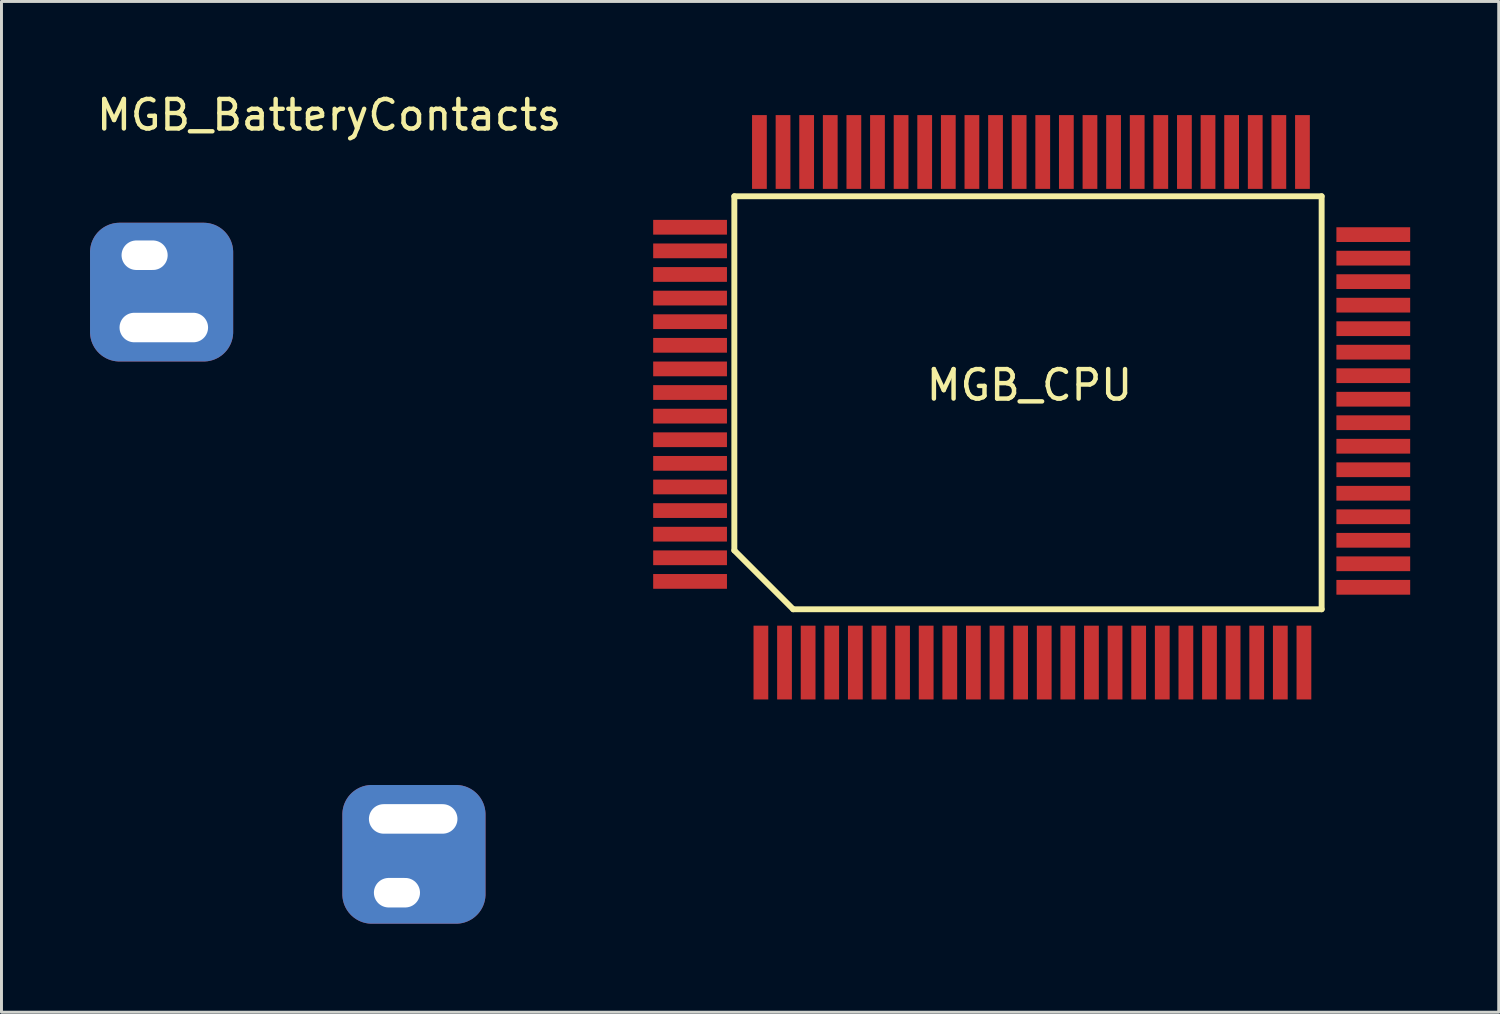
<source format=kicad_pcb>
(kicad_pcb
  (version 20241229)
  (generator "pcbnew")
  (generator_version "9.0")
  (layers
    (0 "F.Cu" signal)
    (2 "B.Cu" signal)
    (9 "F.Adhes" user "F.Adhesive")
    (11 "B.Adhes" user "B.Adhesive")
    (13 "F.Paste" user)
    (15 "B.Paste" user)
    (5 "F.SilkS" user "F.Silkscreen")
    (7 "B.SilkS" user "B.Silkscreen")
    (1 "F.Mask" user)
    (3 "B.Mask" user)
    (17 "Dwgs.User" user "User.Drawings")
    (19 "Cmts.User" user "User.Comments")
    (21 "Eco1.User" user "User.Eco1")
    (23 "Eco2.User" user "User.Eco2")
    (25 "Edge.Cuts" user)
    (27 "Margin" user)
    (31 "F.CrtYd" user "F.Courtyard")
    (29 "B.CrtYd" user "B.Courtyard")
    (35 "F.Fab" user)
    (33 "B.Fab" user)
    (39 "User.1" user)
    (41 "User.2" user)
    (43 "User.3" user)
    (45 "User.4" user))
  (footprint "MGB_BatteryContacts"
    (layer "F.Cu")
    (at 8.1 1.348)
    (property "Reference" "MGB_BatteryContacts" (at 0 -0.5 0) (unlocked yes) (layer "F.SilkS") (effects (font (size 1 1) (thickness 0.15))))
    (attr smd)
    (pad "1" thru_hole custom (at -6.25 4.25) (size 1.562 1.562) (drill oval 2.5 1 (offset 0.029 0.019)) (layers "*.Cu" "*.Mask") (options (anchor circle)) (primitives (gr_poly (pts (xy -1.171 -0.391) (xy -1.152 -0.511) (xy -1.097 -0.62) (xy -1.011 -0.706) (xy -0.902 -0.762) (xy -0.781 -0.781) (xy 0.781 -0.781) (xy 0.902 -0.762) (xy 1.011 -0.706) (xy 1.097 -0.62) (xy 1.152 -0.511) (xy 1.171 -0.391) (xy 1.171 0.391) (xy 1.152 0.511) (xy 1.097 0.62) (xy 1.011 0.706) (xy 0.902 0.762) (xy 0.781 0.781) (xy -0.781 0.781) (xy -0.902 0.762) (xy -1.011 0.706) (xy -1.097 0.62) (xy -1.152 0.511) (xy -1.171 0.391)) (width 0) (fill yes)) (gr_poly (pts (arc (start -0.8785 -1.119) (mid -1.585607 -0.826107) (end -1.8785 -0.119)) (arc (start -1.8785 2.581) (mid -1.585607 3.288107) (end -0.8785 3.581)) (arc (start 1.9715 3.581) (mid 2.678607 3.288107) (end 2.9715 2.581)) (arc (start 2.9715 -0.119) (mid 2.678607 -0.826107) (end 1.9715 -1.119))) (width 0) (fill yes))))
    (pad "1" thru_hole roundrect (at -5.6 6.7) (size 3 2) (drill oval 3.5 1 (offset 0.029 0.019)) (layers "*.Cu" "*.Mask") (roundrect_rratio 0.25))
    (pad "2" thru_hole custom (at 2.3 25.85) (size 1.562 1.562) (drill oval 2.5 1 (offset 0.029 0.019)) (layers "*.Cu" "*.Mask") (options (anchor circle)) (primitives (gr_poly (pts (arc (start -0.8785 -3.669) (mid -1.585607 -3.376107) (end -1.8785 -2.669)) (arc (start -1.8785 0.031) (mid -1.585607 0.738107) (end -0.8785 1.031)) (arc (start 1.9715 1.031) (mid 2.678607 0.738107) (end 2.9715 0.031)) (arc (start 2.9715 -2.669) (mid 2.678607 -3.376107) (end 1.9715 -3.669))) (width 0) (fill yes)) (gr_poly (pts (xy -1.171 -2.941) (xy -1.152 -3.061) (xy -1.097 -3.17) (xy -1.011 -3.256) (xy -0.902 -3.312) (xy -0.781 -3.331) (xy 0.781 -3.331) (xy 0.902 -3.312) (xy 1.011 -3.256) (xy 1.097 -3.17) (xy 1.152 -3.061) (xy 1.171 -2.941) (xy 1.171 -2.159) (xy 1.152 -2.039) (xy 1.097 -1.93) (xy 1.011 -1.844) (xy 0.902 -1.788) (xy 0.781 -1.769) (xy -0.781 -1.769) (xy -0.902 -1.788) (xy -1.011 -1.844) (xy -1.097 -1.93) (xy -1.152 -2.039) (xy -1.171 -2.159)) (width 0) (fill yes))))
    (pad "2" thru_hole roundrect (at 2.85 23.35) (size 3 2) (drill oval 3.5 1 (offset 0.029 0.019)) (layers "*.Cu" "*.Mask") (roundrect_rratio 0.25)))
  (footprint "MGB_CPU"
    (layer "F.Cu")
    (at 31.832 0.25)
    (property "Reference" "MGB_CPU" (at 0 9.75 0) (unlocked yes) (layer "F.SilkS") (effects (font (size 1 1) (thickness 0.15))))
    (attr smd)
    (fp_line (start -10 3.35) (end 9.9 3.35) (stroke (width 0.2) (type default)) (layer "F.SilkS"))
    (fp_line (start -10 15.35) (end -10 3.35) (stroke (width 0.2) (type default)) (layer "F.SilkS"))
    (fp_line (start -8.006 17.344) (end -10 15.35) (stroke (width 0.2) (type default)) (layer "F.SilkS"))
    (fp_line (start 9.9 3.35) (end 9.9 17.344) (stroke (width 0.2) (type default)) (layer "F.SilkS"))
    (fp_line (start 9.9 17.344) (end -8.006 17.344) (stroke (width 0.2) (type default)) (layer "F.SilkS"))
    (pad "1" smd rect (at -9.1 19.15) (size 0.5 2.5) (layers "F.Cu" "F.Mask" "F.Paste"))
    (pad "2" smd rect (at -8.3 19.15) (size 0.5 2.5) (layers "F.Cu" "F.Mask" "F.Paste"))
    (pad "3" smd rect (at -7.5 19.15) (size 0.5 2.5) (layers "F.Cu" "F.Mask" "F.Paste"))
    (pad "4" smd rect (at -6.7 19.15) (size 0.5 2.5) (layers "F.Cu" "F.Mask" "F.Paste"))
    (pad "5" smd rect (at -5.9 19.15) (size 0.5 2.5) (layers "F.Cu" "F.Mask" "F.Paste"))
    (pad "6" smd rect (at -5.1 19.15) (size 0.5 2.5) (layers "F.Cu" "F.Mask" "F.Paste"))
    (pad "7" smd rect (at -4.3 19.15) (size 0.5 2.5) (layers "F.Cu" "F.Mask" "F.Paste"))
    (pad "8" smd rect (at -3.5 19.15) (size 0.5 2.5) (layers "F.Cu" "F.Mask" "F.Paste"))
    (pad "9" smd rect (at -2.7 19.15) (size 0.5 2.5) (layers "F.Cu" "F.Mask" "F.Paste"))
    (pad "10" smd rect (at -1.9 19.15) (size 0.5 2.5) (layers "F.Cu" "F.Mask" "F.Paste"))
    (pad "11" smd rect (at -1.1 19.15) (size 0.5 2.5) (layers "F.Cu" "F.Mask" "F.Paste"))
    (pad "12" smd rect (at -0.3 19.15) (size 0.5 2.5) (layers "F.Cu" "F.Mask" "F.Paste"))
    (pad "13" smd rect (at 0.5 19.15) (size 0.5 2.5) (layers "F.Cu" "F.Mask" "F.Paste"))
    (pad "14" smd rect (at 1.3 19.15) (size 0.5 2.5) (layers "F.Cu" "F.Mask" "F.Paste"))
    (pad "15" smd rect (at 2.1 19.15) (size 0.5 2.5) (layers "F.Cu" "F.Mask" "F.Paste"))
    (pad "16" smd rect (at 2.9 19.15) (size 0.5 2.5) (layers "F.Cu" "F.Mask" "F.Paste"))
    (pad "17" smd rect (at 3.7 19.15) (size 0.5 2.5) (layers "F.Cu" "F.Mask" "F.Paste"))
    (pad "18" smd rect (at 4.5 19.15) (size 0.5 2.5) (layers "F.Cu" "F.Mask" "F.Paste"))
    (pad "19" smd rect (at 5.3 19.15) (size 0.5 2.5) (layers "F.Cu" "F.Mask" "F.Paste"))
    (pad "20" smd rect (at 6.1 19.15) (size 0.5 2.5) (layers "F.Cu" "F.Mask" "F.Paste"))
    (pad "21" smd rect (at 6.9 19.15) (size 0.5 2.5) (layers "F.Cu" "F.Mask" "F.Paste"))
    (pad "22" smd rect (at 7.7 19.15) (size 0.5 2.5) (layers "F.Cu" "F.Mask" "F.Paste"))
    (pad "23" smd rect (at 8.5 19.15) (size 0.5 2.5) (layers "F.Cu" "F.Mask" "F.Paste"))
    (pad "24" smd rect (at 9.3 19.15) (size 0.5 2.5) (layers "F.Cu" "F.Mask" "F.Paste"))
    (pad "25" smd rect (at 11.65 16.6 90) (size 0.5 2.5) (layers "F.Cu" "F.Mask" "F.Paste"))
    (pad "26" smd rect (at 11.65 15.803 90) (size 0.5 2.5) (layers "F.Cu" "F.Mask" "F.Paste"))
    (pad "27" smd rect (at 11.65 15.007 90) (size 0.5 2.5) (layers "F.Cu" "F.Mask" "F.Paste"))
    (pad "28" smd rect (at 11.65 14.21 90) (size 0.5 2.5) (layers "F.Cu" "F.Mask" "F.Paste"))
    (pad "29" smd rect (at 11.65 13.413 90) (size 0.5 2.5) (layers "F.Cu" "F.Mask" "F.Paste"))
    (pad "30" smd rect (at 11.65 12.617 90) (size 0.5 2.5) (layers "F.Cu" "F.Mask" "F.Paste"))
    (pad "31" smd rect (at 11.65 11.82 90) (size 0.5 2.5) (layers "F.Cu" "F.Mask" "F.Paste"))
    (pad "32" smd rect (at 11.65 11.023 90) (size 0.5 2.5) (layers "F.Cu" "F.Mask" "F.Paste"))
    (pad "33" smd rect (at 11.65 10.227 90) (size 0.5 2.5) (layers "F.Cu" "F.Mask" "F.Paste"))
    (pad "34" smd rect (at 11.65 9.43 90) (size 0.5 2.5) (layers "F.Cu" "F.Mask" "F.Paste"))
    (pad "35" smd rect (at 11.65 8.633 90) (size 0.5 2.5) (layers "F.Cu" "F.Mask" "F.Paste"))
    (pad "36" smd rect (at 11.65 7.837 90) (size 0.5 2.5) (layers "F.Cu" "F.Mask" "F.Paste"))
    (pad "37" smd rect (at 11.65 7.04 90) (size 0.5 2.5) (layers "F.Cu" "F.Mask" "F.Paste"))
    (pad "38" smd rect (at 11.65 6.243 90) (size 0.5 2.5) (layers "F.Cu" "F.Mask" "F.Paste"))
    (pad "39" smd rect (at 11.65 5.447 90) (size 0.5 2.5) (layers "F.Cu" "F.Mask" "F.Paste"))
    (pad "40" smd rect (at 11.65 4.65 90) (size 0.5 2.5) (layers "F.Cu" "F.Mask" "F.Paste"))
    (pad "41" smd rect (at 9.25 1.85) (size 0.5 2.5) (layers "F.Cu" "F.Mask" "F.Paste"))
    (pad "42" smd rect (at 8.45 1.85) (size 0.5 2.5) (layers "F.Cu" "F.Mask" "F.Paste"))
    (pad "43" smd rect (at 7.65 1.85) (size 0.5 2.5) (layers "F.Cu" "F.Mask" "F.Paste"))
    (pad "44" smd rect (at 6.85 1.85) (size 0.5 2.5) (layers "F.Cu" "F.Mask" "F.Paste"))
    (pad "45" smd rect (at 6.05 1.85) (size 0.5 2.5) (layers "F.Cu" "F.Mask" "F.Paste"))
    (pad "46" smd rect (at 5.25 1.85) (size 0.5 2.5) (layers "F.Cu" "F.Mask" "F.Paste"))
    (pad "47" smd rect (at 4.45 1.85) (size 0.5 2.5) (layers "F.Cu" "F.Mask" "F.Paste"))
    (pad "48" smd rect (at 3.65 1.85) (size 0.5 2.5) (layers "F.Cu" "F.Mask" "F.Paste"))
    (pad "49" smd rect (at 2.85 1.85) (size 0.5 2.5) (layers "F.Cu" "F.Mask" "F.Paste"))
    (pad "50" smd rect (at 2.05 1.85) (size 0.5 2.5) (layers "F.Cu" "F.Mask" "F.Paste"))
    (pad "51" smd rect (at 1.25 1.85) (size 0.5 2.5) (layers "F.Cu" "F.Mask" "F.Paste"))
    (pad "52" smd rect (at 0.45 1.85) (size 0.5 2.5) (layers "F.Cu" "F.Mask" "F.Paste"))
    (pad "53" smd rect (at -0.35 1.85) (size 0.5 2.5) (layers "F.Cu" "F.Mask" "F.Paste"))
    (pad "54" smd rect (at -1.15 1.85) (size 0.5 2.5) (layers "F.Cu" "F.Mask" "F.Paste"))
    (pad "55" smd rect (at -1.95 1.85) (size 0.5 2.5) (layers "F.Cu" "F.Mask" "F.Paste"))
    (pad "56" smd rect (at -2.75 1.85) (size 0.5 2.5) (layers "F.Cu" "F.Mask" "F.Paste"))
    (pad "57" smd rect (at -3.55 1.85) (size 0.5 2.5) (layers "F.Cu" "F.Mask" "F.Paste"))
    (pad "58" smd rect (at -4.35 1.85) (size 0.5 2.5) (layers "F.Cu" "F.Mask" "F.Paste"))
    (pad "59" smd rect (at -5.15 1.85) (size 0.5 2.5) (layers "F.Cu" "F.Mask" "F.Paste"))
    (pad "60" smd rect (at -5.95 1.85) (size 0.5 2.5) (layers "F.Cu" "F.Mask" "F.Paste"))
    (pad "61" smd rect (at -6.75 1.85) (size 0.5 2.5) (layers "F.Cu" "F.Mask" "F.Paste"))
    (pad "62" smd rect (at -7.55 1.85) (size 0.5 2.5) (layers "F.Cu" "F.Mask" "F.Paste"))
    (pad "63" smd rect (at -8.35 1.85) (size 0.5 2.5) (layers "F.Cu" "F.Mask" "F.Paste"))
    (pad "64" smd rect (at -9.15 1.85) (size 0.5 2.5) (layers "F.Cu" "F.Mask" "F.Paste"))
    (pad "65" smd rect (at -11.5 4.4 90) (size 0.5 2.5) (layers "F.Cu" "F.Mask" "F.Paste"))
    (pad "66" smd rect (at -11.5 5.2 90) (size 0.5 2.5) (layers "F.Cu" "F.Mask" "F.Paste"))
    (pad "67" smd rect (at -11.5 6 90) (size 0.5 2.5) (layers "F.Cu" "F.Mask" "F.Paste"))
    (pad "68" smd rect (at -11.5 6.8 90) (size 0.5 2.5) (layers "F.Cu" "F.Mask" "F.Paste"))
    (pad "69" smd rect (at -11.5 7.6 90) (size 0.5 2.5) (layers "F.Cu" "F.Mask" "F.Paste"))
    (pad "70" smd rect (at -11.5 8.4 90) (size 0.5 2.5) (layers "F.Cu" "F.Mask" "F.Paste"))
    (pad "71" smd rect (at -11.5 9.2 90) (size 0.5 2.5) (layers "F.Cu" "F.Mask" "F.Paste"))
    (pad "72" smd rect (at -11.5 10 90) (size 0.5 2.5) (layers "F.Cu" "F.Mask" "F.Paste"))
    (pad "73" smd rect (at -11.5 10.8 90) (size 0.5 2.5) (layers "F.Cu" "F.Mask" "F.Paste"))
    (pad "74" smd rect (at -11.5 11.6 90) (size 0.5 2.5) (layers "F.Cu" "F.Mask" "F.Paste"))
    (pad "75" smd rect (at -11.5 12.4 90) (size 0.5 2.5) (layers "F.Cu" "F.Mask" "F.Paste"))
    (pad "76" smd rect (at -11.5 13.2 90) (size 0.5 2.5) (layers "F.Cu" "F.Mask" "F.Paste"))
    (pad "77" smd rect (at -11.5 14 90) (size 0.5 2.5) (layers "F.Cu" "F.Mask" "F.Paste"))
    (pad "78" smd rect (at -11.5 14.8 90) (size 0.5 2.5) (layers "F.Cu" "F.Mask" "F.Paste"))
    (pad "79" smd rect (at -11.5 15.6 90) (size 0.5 2.5) (layers "F.Cu" "F.Mask" "F.Paste"))
    (pad "80" smd rect (at -11.5 16.4 90) (size 0.5 2.5) (layers "F.Cu" "F.Mask" "F.Paste")))
  (gr_rect
    (start -3 -3)
    (end 47.732 31.248)
    (stroke (width 0.1) (type default))
    (fill no)
    (layer "Edge.Cuts")))
</source>
